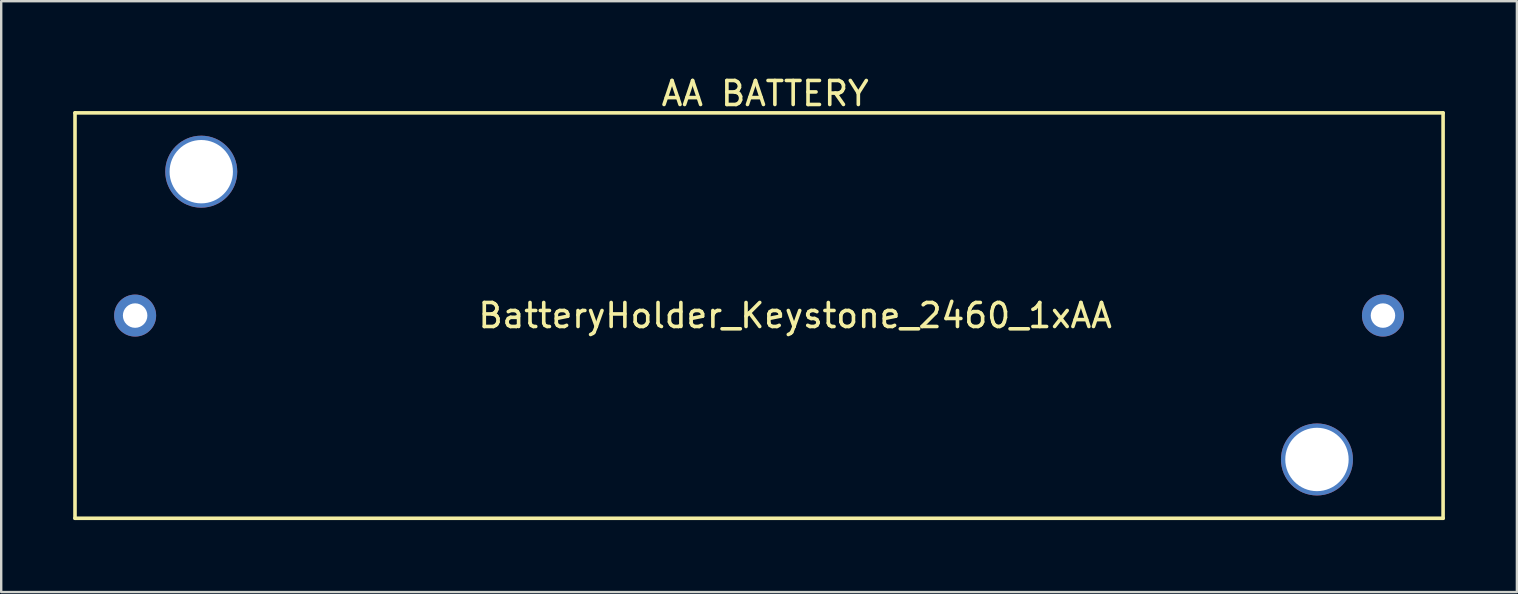
<source format=kicad_pcb>
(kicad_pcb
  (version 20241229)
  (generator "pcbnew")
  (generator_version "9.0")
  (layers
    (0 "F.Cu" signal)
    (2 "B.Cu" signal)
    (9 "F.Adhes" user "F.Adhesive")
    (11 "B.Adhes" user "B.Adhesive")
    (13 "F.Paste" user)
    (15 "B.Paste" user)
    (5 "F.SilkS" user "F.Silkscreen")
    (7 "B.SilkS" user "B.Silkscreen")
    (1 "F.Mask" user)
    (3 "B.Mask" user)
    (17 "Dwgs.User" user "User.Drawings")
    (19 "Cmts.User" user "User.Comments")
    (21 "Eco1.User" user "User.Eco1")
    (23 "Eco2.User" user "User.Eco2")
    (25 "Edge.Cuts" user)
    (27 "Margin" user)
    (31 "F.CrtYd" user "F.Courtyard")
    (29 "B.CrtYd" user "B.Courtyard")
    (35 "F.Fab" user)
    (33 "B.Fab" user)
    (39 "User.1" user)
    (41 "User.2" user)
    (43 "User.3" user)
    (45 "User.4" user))
  (footprint "BatteryHolder_Keystone_2460_1xAA"
    (layer "F.Cu")
    (at 2.58 10.098)
    (property "Reference" "BatteryHolder_Keystone_2460_1xAA" (at 27.5 0 0) (layer "F.SilkS") (effects (font (size 1 1) (thickness 0.15))))
    (attr through_hole)
    (fp_line (start -2.505 -8.445) (end -2.505 8.445) (stroke (width 0.15) (type solid)) (layer "F.SilkS"))
    (fp_line (start -2.505 -8.445) (end 54.495 -8.445) (stroke (width 0.15) (type solid)) (layer "F.SilkS"))
    (fp_line (start 54.495 -8.445) (end 54.495 8.445) (stroke (width 0.15) (type solid)) (layer "F.SilkS"))
    (fp_line (start 54.495 8.445) (end -2.505 8.445) (stroke (width 0.15) (type solid)) (layer "F.SilkS"))
    (fp_text user "AA BATTERY" (at 26.25 -9.25 0) (layer "F.SilkS") (effects (font (size 1 1) (thickness 0.15))))
    (pad "" np_thru_hole circle (at 2.755 -5.995) (size 3 3) (drill 2.64) (layers "*.Cu" "*.Mask"))
    (pad "" np_thru_hole circle (at 49.24 5.995) (size 3 3) (drill 2.64) (layers "*.Cu" "*.Mask"))
    (pad "1" thru_hole circle (at 0 0) (size 1.75 1.75) (drill 1.02) (layers "*.Cu" "*.Mask"))
    (pad "2" thru_hole circle (at 51.99 0) (size 1.75 1.75) (drill 1.02) (layers "*.Cu" "*.Mask")))
  (gr_rect
    (start -3 -3)
    (end 60.15 21.618)
    (stroke (width 0.1) (type default))
    (fill no)
    (layer "Edge.Cuts")))
</source>
